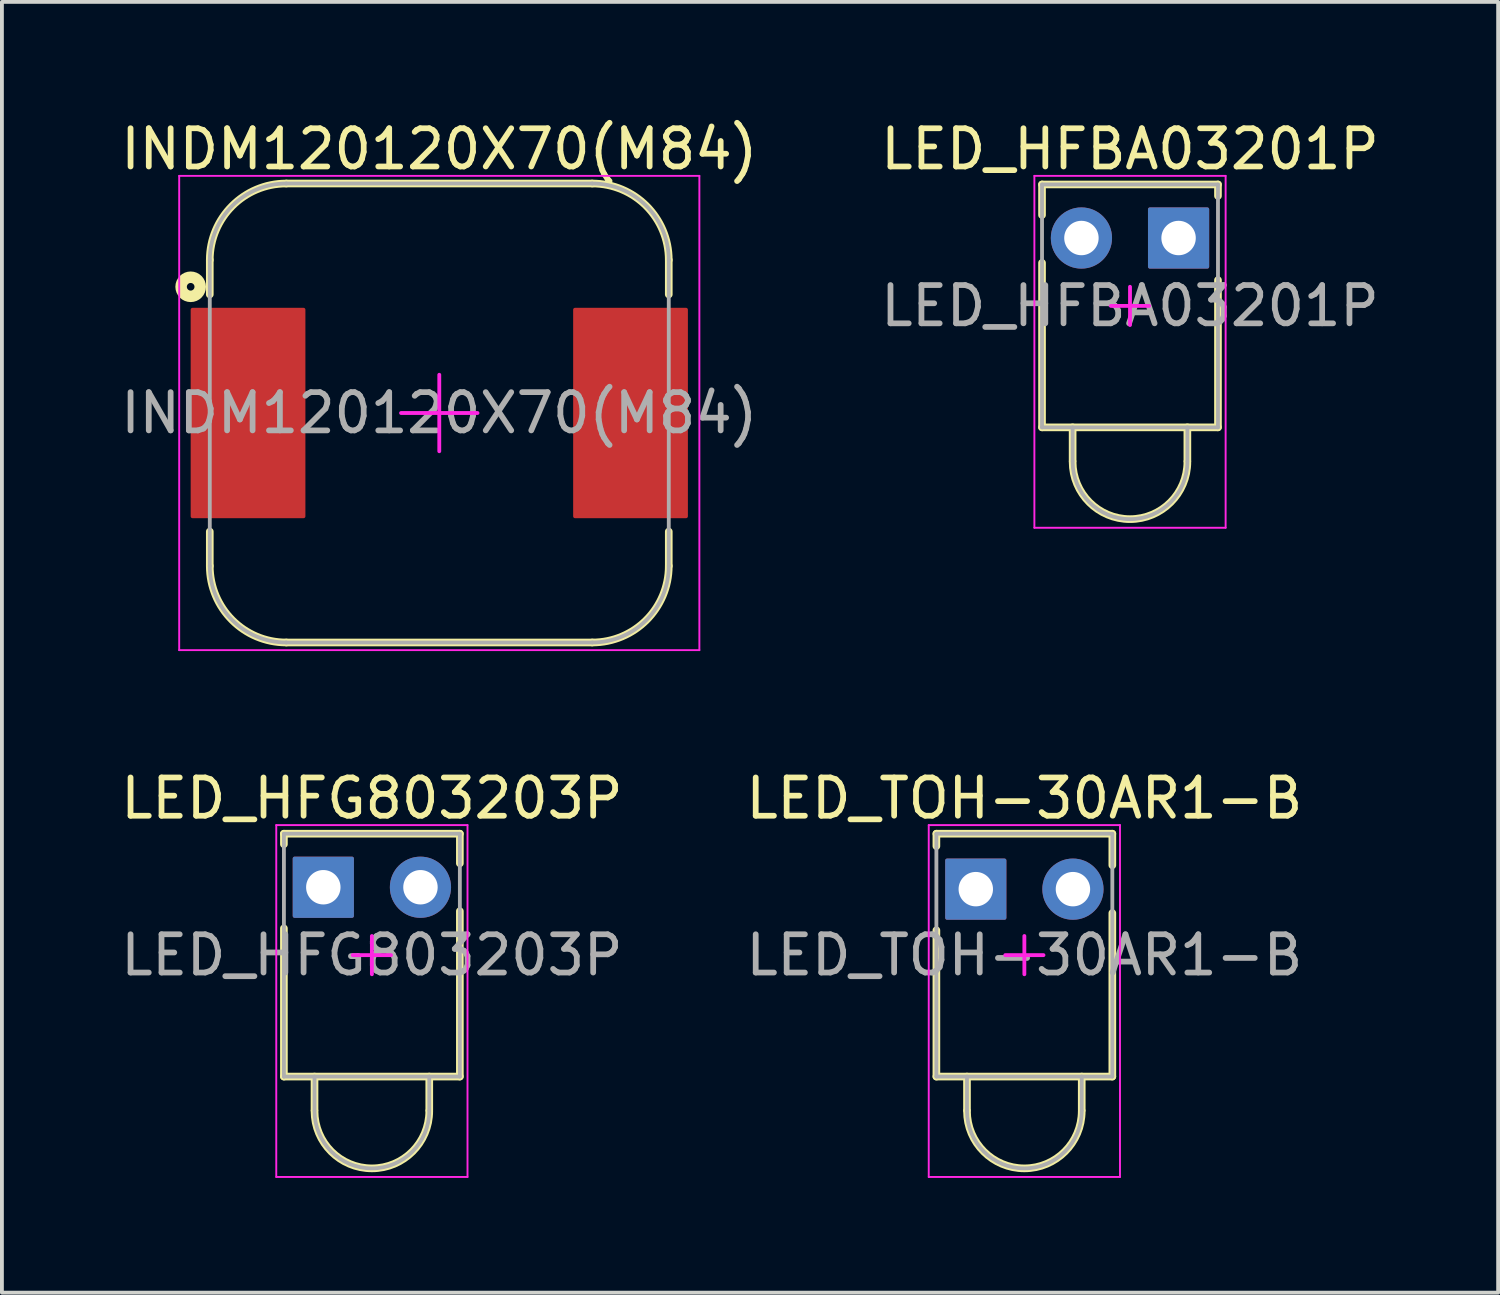
<source format=kicad_pcb>
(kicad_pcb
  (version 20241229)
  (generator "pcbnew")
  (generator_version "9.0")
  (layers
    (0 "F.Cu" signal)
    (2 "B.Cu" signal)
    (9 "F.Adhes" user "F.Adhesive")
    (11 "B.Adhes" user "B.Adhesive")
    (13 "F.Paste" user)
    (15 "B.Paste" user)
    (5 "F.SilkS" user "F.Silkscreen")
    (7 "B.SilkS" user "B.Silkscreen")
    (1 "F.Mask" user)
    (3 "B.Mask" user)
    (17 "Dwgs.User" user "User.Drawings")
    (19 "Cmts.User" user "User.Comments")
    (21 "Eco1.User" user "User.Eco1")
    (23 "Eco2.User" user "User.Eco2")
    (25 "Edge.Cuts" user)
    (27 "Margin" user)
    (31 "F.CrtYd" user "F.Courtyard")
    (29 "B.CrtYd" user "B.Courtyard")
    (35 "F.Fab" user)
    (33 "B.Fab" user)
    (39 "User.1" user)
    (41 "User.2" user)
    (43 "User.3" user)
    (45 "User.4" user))
  (footprint "LED_HFBA03201P"
    (layer "F.Cu")
    (at 26.494 4.948)
    (property "Reference" "LED_HFBA03201P" (at 0 -4.1 0) (layer "F.SilkS") (effects (font (size 1 1) (thickness 0.15))))
    (attr through_hole)
    (fp_line (start -2.3 -3.175) (end -2.3 -2.375) (stroke (width 0.2) (type solid)) (layer "F.SilkS"))
    (fp_line (start -2.3 3.175) (end -2.3 -1.125) (stroke (width 0.2) (type solid)) (layer "F.SilkS"))
    (fp_line (start -2.3 3.175) (end 2.3 3.175) (stroke (width 0.2) (type solid)) (layer "F.SilkS"))
    (fp_line (start -1.5 4.05) (end -1.5 3.175) (stroke (width 0.2) (type solid)) (layer "F.SilkS"))
    (fp_line (start 1.5 4.05) (end 1.5 3.175) (stroke (width 0.2) (type solid)) (layer "F.SilkS"))
    (fp_line (start 2.3 -3.175) (end -2.3 -3.175) (stroke (width 0.2) (type solid)) (layer "F.SilkS"))
    (fp_line (start 2.3 -3.175) (end 2.3 -2.875) (stroke (width 0.2) (type solid)) (layer "F.SilkS"))
    (fp_line (start 2.3 -0.675) (end 2.3 3.175) (stroke (width 0.2) (type solid)) (layer "F.SilkS"))
    (fp_arc (start 1.5 4.075) (mid 0 5.575) (end -1.5 4.075) (stroke (width 0.2) (type solid)) (layer "F.SilkS"))
    (fp_line (start -2.5 -3.4) (end 2.5 -3.4) (stroke (width 0.05) (type solid)) (layer "F.CrtYd"))
    (fp_line (start -2.5 5.8) (end -2.5 -3.4) (stroke (width 0.05) (type solid)) (layer "F.CrtYd"))
    (fp_line (start -0.5 0) (end 0.5 0) (stroke (width 0.1) (type solid)) (layer "F.CrtYd"))
    (fp_line (start 0 -0.5) (end 0 0.5) (stroke (width 0.1) (type solid)) (layer "F.CrtYd"))
    (fp_line (start 2.5 -3.4) (end 2.5 5.8) (stroke (width 0.05) (type solid)) (layer "F.CrtYd"))
    (fp_line (start 2.5 5.8) (end -2.5 5.8) (stroke (width 0.05) (type solid)) (layer "F.CrtYd"))
    (fp_line (start -2.3 -3.175) (end 2.3 -3.175) (stroke (width 0.1) (type solid)) (layer "F.Fab"))
    (fp_line (start -2.3 3.175) (end -2.3 -3.172) (stroke (width 0.1) (type solid)) (layer "F.Fab"))
    (fp_line (start -2.3 3.175) (end 2.3 3.175) (stroke (width 0.1) (type solid)) (layer "F.Fab"))
    (fp_line (start -1.52 -1.525) (end -1.52 -2.025) (stroke (width 0.1) (type solid)) (layer "F.Fab"))
    (fp_line (start -1.5 4.05) (end -1.5 3.175) (stroke (width 0.1) (type solid)) (layer "F.Fab"))
    (fp_line (start -1.02 -2.025) (end -1.52 -2.025) (stroke (width 0.1) (type solid)) (layer "F.Fab"))
    (fp_line (start -1.02 -2.025) (end -1.02 -1.525) (stroke (width 0.1) (type solid)) (layer "F.Fab"))
    (fp_line (start -1.02 -1.525) (end -1.52 -1.525) (stroke (width 0.1) (type solid)) (layer "F.Fab"))
    (fp_line (start 1.02 -1.525) (end 1.02 -2.025) (stroke (width 0.1) (type solid)) (layer "F.Fab"))
    (fp_line (start 1.5 4.05) (end 1.5 3.175) (stroke (width 0.1) (type solid)) (layer "F.Fab"))
    (fp_line (start 1.52 -2.025) (end 1.02 -2.025) (stroke (width 0.1) (type solid)) (layer "F.Fab"))
    (fp_line (start 1.52 -2.025) (end 1.52 -1.525) (stroke (width 0.1) (type solid)) (layer "F.Fab"))
    (fp_line (start 1.52 -1.525) (end 1.02 -1.525) (stroke (width 0.1) (type solid)) (layer "F.Fab"))
    (fp_line (start 2.3 3.175) (end 2.3 -3.172) (stroke (width 0.1) (type solid)) (layer "F.Fab"))
    (fp_arc (start 1.5 4.075) (mid 0 5.575) (end -1.5 4.075) (stroke (width 0.1) (type solid)) (layer "F.Fab"))
    (fp_text user "${REFERENCE}" (at 0 0 0) (layer "F.Fab") (effects (font (size 1 1) (thickness 0.15))))
    (pad "A" thru_hole circle (at -1.27 -1.775) (size 1.6 1.6) (drill 0.9) (layers "*.Cu" "*.Mask"))
    (pad "K" thru_hole roundrect (at 1.27 -1.775) (size 1.6 1.6) (drill 0.9) (layers "*.Cu" "*.Mask") (roundrect_rratio 0.031)))
  (footprint "LED_HFG803203P"
    (layer "F.Cu")
    (at 6.673 21.922)
    (property "Reference" "LED_HFG803203P" (at 0 -4.1 0) (layer "F.SilkS") (effects (font (size 1 1) (thickness 0.15))))
    (attr through_hole)
    (fp_line (start -2.3 -3.175) (end -2.3 -2.9) (stroke (width 0.2) (type solid)) (layer "F.SilkS"))
    (fp_line (start -2.3 -0.7) (end -2.3 3.175) (stroke (width 0.2) (type solid)) (layer "F.SilkS"))
    (fp_line (start -2.3 3.175) (end 2.3 3.175) (stroke (width 0.2) (type solid)) (layer "F.SilkS"))
    (fp_line (start -1.5 4.05) (end -1.5 3.175) (stroke (width 0.2) (type solid)) (layer "F.SilkS"))
    (fp_line (start 1.5 4.05) (end 1.5 3.175) (stroke (width 0.2) (type solid)) (layer "F.SilkS"))
    (fp_line (start 2.3 -3.175) (end -2.3 -3.175) (stroke (width 0.2) (type solid)) (layer "F.SilkS"))
    (fp_line (start 2.3 -3.175) (end 2.3 -2.4) (stroke (width 0.2) (type solid)) (layer "F.SilkS"))
    (fp_line (start 2.3 3.175) (end 2.3 -1.15) (stroke (width 0.2) (type solid)) (layer "F.SilkS"))
    (fp_arc (start 1.5 4.075) (mid 0 5.575) (end -1.5 4.075) (stroke (width 0.2) (type solid)) (layer "F.SilkS"))
    (fp_line (start -2.5 -3.4) (end 2.5 -3.4) (stroke (width 0.05) (type solid)) (layer "F.CrtYd"))
    (fp_line (start -2.5 5.8) (end -2.5 -3.4) (stroke (width 0.05) (type solid)) (layer "F.CrtYd"))
    (fp_line (start -0.5 0) (end 0.5 0) (stroke (width 0.1) (type solid)) (layer "F.CrtYd"))
    (fp_line (start 0 -0.5) (end 0 0.5) (stroke (width 0.1) (type solid)) (layer "F.CrtYd"))
    (fp_line (start 2.5 -3.4) (end 2.5 5.8) (stroke (width 0.05) (type solid)) (layer "F.CrtYd"))
    (fp_line (start 2.5 5.8) (end -2.5 5.8) (stroke (width 0.05) (type solid)) (layer "F.CrtYd"))
    (fp_line (start -2.3 -3.175) (end 2.3 -3.175) (stroke (width 0.1) (type solid)) (layer "F.Fab"))
    (fp_line (start -2.3 3.175) (end -2.3 -3.172) (stroke (width 0.1) (type solid)) (layer "F.Fab"))
    (fp_line (start -2.3 3.175) (end 2.3 3.175) (stroke (width 0.1) (type solid)) (layer "F.Fab"))
    (fp_line (start -1.52 -1.525) (end -1.52 -2.025) (stroke (width 0.1) (type solid)) (layer "F.Fab"))
    (fp_line (start -1.5 4.05) (end -1.5 3.175) (stroke (width 0.1) (type solid)) (layer "F.Fab"))
    (fp_line (start -1.02 -2.025) (end -1.52 -2.025) (stroke (width 0.1) (type solid)) (layer "F.Fab"))
    (fp_line (start -1.02 -2.025) (end -1.02 -1.525) (stroke (width 0.1) (type solid)) (layer "F.Fab"))
    (fp_line (start -1.02 -1.525) (end -1.52 -1.525) (stroke (width 0.1) (type solid)) (layer "F.Fab"))
    (fp_line (start 1.02 -1.525) (end 1.02 -2.025) (stroke (width 0.1) (type solid)) (layer "F.Fab"))
    (fp_line (start 1.5 4.05) (end 1.5 3.175) (stroke (width 0.1) (type solid)) (layer "F.Fab"))
    (fp_line (start 1.52 -2.025) (end 1.02 -2.025) (stroke (width 0.1) (type solid)) (layer "F.Fab"))
    (fp_line (start 1.52 -2.025) (end 1.52 -1.525) (stroke (width 0.1) (type solid)) (layer "F.Fab"))
    (fp_line (start 1.52 -1.525) (end 1.02 -1.525) (stroke (width 0.1) (type solid)) (layer "F.Fab"))
    (fp_line (start 2.3 3.175) (end 2.3 -3.172) (stroke (width 0.1) (type solid)) (layer "F.Fab"))
    (fp_arc (start 1.5 4.075) (mid 0 5.575) (end -1.5 4.075) (stroke (width 0.1) (type solid)) (layer "F.Fab"))
    (fp_text user "${REFERENCE}" (at 0 0 0) (layer "F.Fab") (effects (font (size 1 1) (thickness 0.15))))
    (pad "1" thru_hole roundrect (at -1.27 -1.775) (size 1.6 1.6) (drill 0.9) (layers "*.Cu" "*.Mask") (roundrect_rratio 0.031))
    (pad "2" thru_hole circle (at 1.27 -1.775) (size 1.6 1.6) (drill 0.9) (layers "*.Cu" "*.Mask")))
  (footprint "LED_TOH-30AR1-B"
    (layer "F.Cu")
    (at 23.732 21.922)
    (property "Reference" "LED_TOH-30AR1-B" (at 0 -4.1 0) (layer "F.SilkS") (effects (font (size 1 1) (thickness 0.15))))
    (attr through_hole)
    (fp_line (start -2.3 -3.175) (end -2.3 -2.85) (stroke (width 0.2) (type solid)) (layer "F.SilkS"))
    (fp_line (start -2.3 -0.65) (end -2.3 3.175) (stroke (width 0.2) (type solid)) (layer "F.SilkS"))
    (fp_line (start -2.3 3.175) (end 2.3 3.175) (stroke (width 0.2) (type solid)) (layer "F.SilkS"))
    (fp_line (start -1.5 4.05) (end -1.5 3.175) (stroke (width 0.2) (type solid)) (layer "F.SilkS"))
    (fp_line (start 1.5 4.05) (end 1.5 3.175) (stroke (width 0.2) (type solid)) (layer "F.SilkS"))
    (fp_line (start 2.3 -3.175) (end -2.3 -3.175) (stroke (width 0.2) (type solid)) (layer "F.SilkS"))
    (fp_line (start 2.3 -3.175) (end 2.3 -2.35) (stroke (width 0.2) (type solid)) (layer "F.SilkS"))
    (fp_line (start 2.3 3.175) (end 2.3 -1.1) (stroke (width 0.2) (type solid)) (layer "F.SilkS"))
    (fp_arc (start 1.5 4.075) (mid 0 5.575) (end -1.5 4.075) (stroke (width 0.2) (type solid)) (layer "F.SilkS"))
    (fp_line (start -2.5 -3.4) (end 2.5 -3.4) (stroke (width 0.05) (type solid)) (layer "F.CrtYd"))
    (fp_line (start -2.5 5.8) (end -2.5 -3.4) (stroke (width 0.05) (type solid)) (layer "F.CrtYd"))
    (fp_line (start -0.5 0) (end 0.5 0) (stroke (width 0.1) (type solid)) (layer "F.CrtYd"))
    (fp_line (start 0 -0.5) (end 0 0.5) (stroke (width 0.1) (type solid)) (layer "F.CrtYd"))
    (fp_line (start 2.5 -3.4) (end 2.5 5.8) (stroke (width 0.05) (type solid)) (layer "F.CrtYd"))
    (fp_line (start 2.5 5.8) (end -2.5 5.8) (stroke (width 0.05) (type solid)) (layer "F.CrtYd"))
    (fp_line (start -2.3 -3.175) (end 2.3 -3.175) (stroke (width 0.1) (type solid)) (layer "F.Fab"))
    (fp_line (start -2.3 3.175) (end -2.3 -3.172) (stroke (width 0.1) (type solid)) (layer "F.Fab"))
    (fp_line (start -2.3 3.175) (end 2.3 3.175) (stroke (width 0.1) (type solid)) (layer "F.Fab"))
    (fp_line (start -1.52 -1.475) (end -1.52 -1.975) (stroke (width 0.1) (type solid)) (layer "F.Fab"))
    (fp_line (start -1.5 4.05) (end -1.5 3.175) (stroke (width 0.1) (type solid)) (layer "F.Fab"))
    (fp_line (start -1.02 -1.975) (end -1.52 -1.975) (stroke (width 0.1) (type solid)) (layer "F.Fab"))
    (fp_line (start -1.02 -1.975) (end -1.02 -1.475) (stroke (width 0.1) (type solid)) (layer "F.Fab"))
    (fp_line (start -1.02 -1.475) (end -1.52 -1.475) (stroke (width 0.1) (type solid)) (layer "F.Fab"))
    (fp_line (start 1.02 -1.475) (end 1.02 -1.975) (stroke (width 0.1) (type solid)) (layer "F.Fab"))
    (fp_line (start 1.5 4.05) (end 1.5 3.175) (stroke (width 0.1) (type solid)) (layer "F.Fab"))
    (fp_line (start 1.52 -1.975) (end 1.02 -1.975) (stroke (width 0.1) (type solid)) (layer "F.Fab"))
    (fp_line (start 1.52 -1.975) (end 1.52 -1.475) (stroke (width 0.1) (type solid)) (layer "F.Fab"))
    (fp_line (start 1.52 -1.475) (end 1.02 -1.475) (stroke (width 0.1) (type solid)) (layer "F.Fab"))
    (fp_line (start 2.3 3.175) (end 2.3 -3.172) (stroke (width 0.1) (type solid)) (layer "F.Fab"))
    (fp_arc (start 1.5 4.075) (mid 0 5.575) (end -1.5 4.075) (stroke (width 0.1) (type solid)) (layer "F.Fab"))
    (fp_text user "${REFERENCE}" (at 0 0 0) (layer "F.Fab") (effects (font (size 1 1) (thickness 0.15))))
    (pad "1" thru_hole roundrect (at -1.27 -1.725) (size 1.6 1.6) (drill 0.9) (layers "*.Cu" "*.Mask") (roundrect_rratio 0.031))
    (pad "2" thru_hole circle (at 1.27 -1.725) (size 1.6 1.6) (drill 0.9) (layers "*.Cu" "*.Mask")))
  (footprint "INDM120120X70(M84)"
    (layer "F.Cu")
    (at 8.435 7.748)
    (property "Reference" "INDM120120X70(M84)" (at 0 -6.9 0) (layer "F.SilkS") (effects (font (size 1 1) (thickness 0.15))))
    (attr through_hole)
    (fp_line (start -6 -3.1) (end -6 -4) (stroke (width 0.2) (type solid)) (layer "F.SilkS"))
    (fp_line (start -6 3.1) (end -6 4) (stroke (width 0.2) (type solid)) (layer "F.SilkS"))
    (fp_line (start -4 -6) (end 4 -6) (stroke (width 0.2) (type solid)) (layer "F.SilkS"))
    (fp_line (start -4 6) (end 4 6) (stroke (width 0.2) (type solid)) (layer "F.SilkS"))
    (fp_line (start 6 -3.1) (end 6 -4) (stroke (width 0.2) (type solid)) (layer "F.SilkS"))
    (fp_line (start 6 3.1) (end 6 4) (stroke (width 0.2) (type solid)) (layer "F.SilkS"))
    (fp_arc (start -6 -4) (mid -5.414214 -5.414214) (end -4 -6) (stroke (width 0.2) (type solid)) (layer "F.SilkS"))
    (fp_arc (start -4 6) (mid -5.414214 5.414214) (end -6 4) (stroke (width 0.2) (type solid)) (layer "F.SilkS"))
    (fp_arc (start 4 -6) (mid 5.414214 -5.414214) (end 6 -4) (stroke (width 0.2) (type solid)) (layer "F.SilkS"))
    (fp_arc (start 6 4) (mid 5.414214 5.414214) (end 4 6) (stroke (width 0.2) (type solid)) (layer "F.SilkS"))
    (fp_circle (center -6.5 -3.3) (end -6.4 -3.3) (stroke (width 0.3) (type solid)) (fill no) (layer "F.SilkS"))
    (fp_line (start -6.8 -6.2) (end 6.8 -6.2) (stroke (width 0.05) (type solid)) (layer "F.CrtYd"))
    (fp_line (start -6.8 6.2) (end -6.8 -6.2) (stroke (width 0.05) (type solid)) (layer "F.CrtYd"))
    (fp_line (start -1 0) (end 1 0) (stroke (width 0.1) (type solid)) (layer "F.CrtYd"))
    (fp_line (start 0 -1) (end 0 1) (stroke (width 0.1) (type solid)) (layer "F.CrtYd"))
    (fp_line (start 6.8 -6.2) (end 6.8 6.2) (stroke (width 0.05) (type solid)) (layer "F.CrtYd"))
    (fp_line (start 6.8 6.2) (end -6.8 6.2) (stroke (width 0.05) (type solid)) (layer "F.CrtYd"))
    (fp_line (start -6 -4) (end -6 4) (stroke (width 0.1) (type solid)) (layer "F.Fab"))
    (fp_line (start -4 -6) (end 4 -6) (stroke (width 0.1) (type solid)) (layer "F.Fab"))
    (fp_line (start -4 6) (end 4 6) (stroke (width 0.1) (type solid)) (layer "F.Fab"))
    (fp_line (start 6 4) (end 6 -4) (stroke (width 0.1) (type solid)) (layer "F.Fab"))
    (fp_arc (start -6 -4) (mid -5.414214 -5.414214) (end -4 -6) (stroke (width 0.1) (type solid)) (layer "F.Fab"))
    (fp_arc (start -4 6) (mid -5.414214 5.414214) (end -6 4) (stroke (width 0.1) (type solid)) (layer "F.Fab"))
    (fp_arc (start 4 -6) (mid 5.414214 -5.414214) (end 6 -4) (stroke (width 0.1) (type solid)) (layer "F.Fab"))
    (fp_arc (start 6 4) (mid 5.414214 5.414214) (end 4 6) (stroke (width 0.1) (type solid)) (layer "F.Fab"))
    (fp_text user "${REFERENCE}" (at 0 0 0) (layer "F.Fab") (effects (font (size 1 1) (thickness 0.15))))
    (pad "1" smd roundrect (at -5 0) (size 3 5.5) (layers "F.Cu" "F.Mask" "F.Paste") (roundrect_rratio 0.016))
    (pad "2" smd roundrect (at 5 0) (size 3 5.5) (layers "F.Cu" "F.Mask" "F.Paste") (roundrect_rratio 0.016)))
  (gr_rect
    (start -3 -3)
    (end 36.119 30.747)
    (stroke (width 0.1) (type default))
    (fill no)
    (layer "Edge.Cuts")))
</source>
